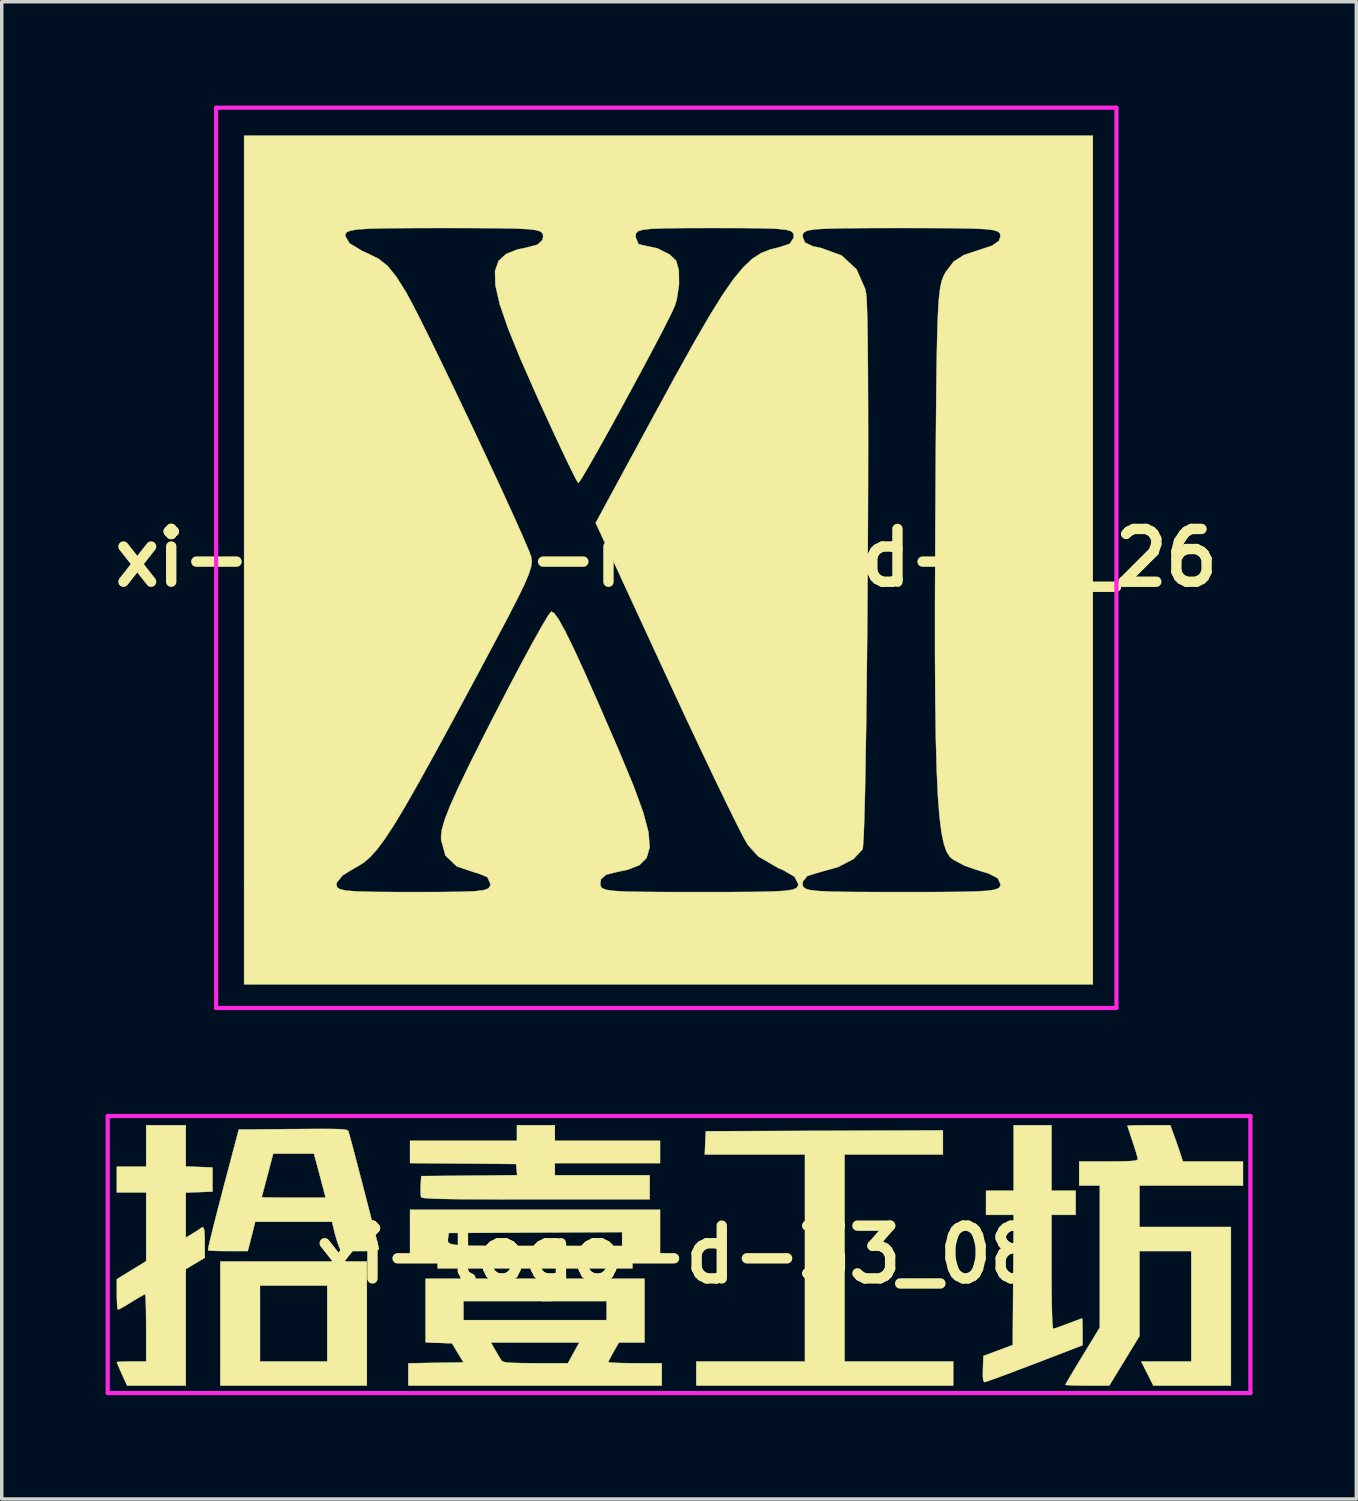
<source format=kicad_pcb>
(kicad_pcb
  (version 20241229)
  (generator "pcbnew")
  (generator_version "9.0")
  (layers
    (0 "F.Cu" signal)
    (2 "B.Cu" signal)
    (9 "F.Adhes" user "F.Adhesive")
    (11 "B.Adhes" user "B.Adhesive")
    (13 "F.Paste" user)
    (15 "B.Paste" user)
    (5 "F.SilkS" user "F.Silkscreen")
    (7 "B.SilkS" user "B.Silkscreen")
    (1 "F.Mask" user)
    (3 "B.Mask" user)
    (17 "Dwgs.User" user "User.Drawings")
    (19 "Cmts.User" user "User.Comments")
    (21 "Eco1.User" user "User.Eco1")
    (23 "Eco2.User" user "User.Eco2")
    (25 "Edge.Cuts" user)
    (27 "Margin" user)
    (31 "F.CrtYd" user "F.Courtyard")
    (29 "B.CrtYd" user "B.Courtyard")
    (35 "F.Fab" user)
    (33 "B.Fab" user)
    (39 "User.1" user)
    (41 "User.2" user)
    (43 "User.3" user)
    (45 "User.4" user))
  (footprint "xi-logo-d-33_08"
    (layer "F.Cu")
    (at 16.56 33.18)
    (property "Reference" "xi-logo-d-33_08" (at 0 0 0) (layer "F.SilkS") (effects (font (size 1.524 1.524) (thickness 0.3))))
    (attr through_hole)
    (fp_poly (pts (xy -9.015 3.785) (xy -13.248 3.785) (xy -13.248 0.896) (xy -12.102 0.896) (xy -12.102 3.088) (xy -10.16 3.088) (xy -10.16 0.896) (xy -12.102 0.896) (xy -13.248 0.896) (xy -13.248 0.199) (xy -9.015 0.199) (xy -9.015 3.785)) (stroke (width 0.01) (type solid)) (fill yes) (layer "F.SilkS"))
    (fp_poly (pts (xy 7.62 -2.889) (xy 4.781 -2.889) (xy 4.781 3.088) (xy 7.919 3.088) (xy 7.919 3.785) (xy 0.498 3.785) (xy 0.498 3.088) (xy 3.636 3.088) (xy 3.636 -2.889) (xy 0.743 -2.889) (xy 0.757 -3.225) (xy 0.772 -3.561) (xy 4.196 -3.574) (xy 7.62 -3.587) (xy 7.62 -2.889)) (stroke (width 0.01) (type solid)) (fill yes) (layer "F.SilkS"))
    (fp_poly (pts (xy -0.548 0.05) (xy -1.345 0.05) (xy -1.345 0.398) (xy -6.973 0.398) (xy -6.973 0.05) (xy -7.769 0.05) (xy -7.769 -0.401) (xy -6.678 -0.401) (xy -6.669 -0.361) (xy -6.64 -0.329) (xy -6.582 -0.304) (xy -6.487 -0.284) (xy -6.349 -0.27) (xy -6.157 -0.26) (xy -5.906 -0.254) (xy -5.587 -0.251) (xy -5.192 -0.249) (xy -4.713 -0.249) (xy -4.143 -0.249) (xy -1.644 -0.249) (xy -1.644 -0.648) (xy -4.146 -0.635) (xy -6.649 -0.623) (xy -6.665 -0.507) (xy -6.674 -0.449) (xy -6.678 -0.401) (xy -7.769 -0.401) (xy -7.769 -1.295) (xy -0.548 -1.295) (xy -0.548 0.05)) (stroke (width 0.01) (type solid)) (fill yes) (layer "F.SilkS"))
    (fp_poly (pts (xy -3.586 -3.287) (xy -0.548 -3.287) (xy -0.548 -2.64) (xy -3.586 -2.64) (xy -3.586 -2.291) (xy -0.847 -2.291) (xy -0.847 -1.594) (xy -4.135 -1.594) (xy -4.803 -1.594) (xy -5.377 -1.595) (xy -5.866 -1.597) (xy -6.274 -1.599) (xy -6.609 -1.603) (xy -6.877 -1.608) (xy -7.084 -1.614) (xy -7.239 -1.622) (xy -7.346 -1.631) (xy -7.412 -1.642) (xy -7.445 -1.655) (xy -7.45 -1.662) (xy -7.462 -1.748) (xy -7.465 -1.894) (xy -7.461 -1.998) (xy -7.446 -2.266) (xy -6.061 -2.279) (xy -4.675 -2.293) (xy -4.691 -2.454) (xy -4.706 -2.615) (xy -6.238 -2.628) (xy -7.769 -2.641) (xy -7.769 -3.287) (xy -4.682 -3.287) (xy -4.682 -3.735) (xy -3.586 -3.735) (xy -3.586 -3.287)) (stroke (width 0.01) (type solid)) (fill yes) (layer "F.SilkS"))
    (fp_poly (pts (xy -0.996 2.54) (xy -1.736 2.54) (xy -1.889 2.808) (xy -1.969 2.953) (xy -2.025 3.062) (xy -2.042 3.106) (xy -1.995 3.117) (xy -1.865 3.126) (xy -1.67 3.133) (xy -1.426 3.137) (xy -1.27 3.138) (xy -0.498 3.138) (xy -0.498 3.785) (xy -7.819 3.785) (xy -7.819 3.14) (xy -6.226 3.113) (xy -6.391 2.839) (xy -6.555 2.565) (xy -6.938 2.55) (xy -7.211 2.54) (xy -5.433 2.54) (xy -5.298 2.777) (xy -5.213 2.921) (xy -5.143 3.035) (xy -5.115 3.075) (xy -5.067 3.099) (xy -4.958 3.117) (xy -4.779 3.129) (xy -4.519 3.135) (xy -4.171 3.138) (xy -4.139 3.138) (xy -3.21 3.138) (xy -3.046 2.839) (xy -2.882 2.54) (xy -5.433 2.54) (xy -7.211 2.54) (xy -7.321 2.536) (xy -7.321 1.345) (xy -6.225 1.345) (xy -6.225 1.893) (xy -2.092 1.893) (xy -2.092 1.345) (xy -6.225 1.345) (xy -7.321 1.345) (xy -7.321 0.697) (xy -0.996 0.697) (xy -0.996 2.54)) (stroke (width 0.01) (type solid)) (fill yes) (layer "F.SilkS"))
    (fp_poly (pts (xy 10.758 -1.843) (xy 11.455 -1.843) (xy 11.455 -1.145) (xy 10.758 -1.145) (xy 10.758 0.498) (xy 10.759 0.943) (xy 10.763 1.33) (xy 10.769 1.651) (xy 10.778 1.897) (xy 10.788 2.062) (xy 10.801 2.138) (xy 10.804 2.142) (xy 10.87 2.125) (xy 11.003 2.08) (xy 11.178 2.015) (xy 11.239 1.992) (xy 11.418 1.924) (xy 11.557 1.872) (xy 11.633 1.845) (xy 11.641 1.843) (xy 11.647 1.889) (xy 11.652 2.01) (xy 11.654 2.184) (xy 11.654 2.231) (xy 11.654 2.62) (xy 10.267 3.153) (xy 9.915 3.287) (xy 9.592 3.409) (xy 9.311 3.514) (xy 9.081 3.598) (xy 8.917 3.656) (xy 8.83 3.684) (xy 8.821 3.685) (xy 8.789 3.649) (xy 8.774 3.534) (xy 8.775 3.331) (xy 8.776 3.306) (xy 8.79 2.927) (xy 9.214 2.77) (xy 9.637 2.612) (xy 9.65 0.733) (xy 9.663 -1.145) (xy 8.865 -1.145) (xy 8.865 -1.843) (xy 9.662 -1.843) (xy 9.662 -3.735) (xy 10.758 -3.735) (xy 10.758 -1.843)) (stroke (width 0.01) (type solid)) (fill yes) (layer "F.SilkS"))
    (fp_poly (pts (xy 14.283 -3.474) (xy 14.359 -3.262) (xy 14.437 -3.035) (xy 14.465 -2.951) (xy 14.551 -2.689) (xy 16.286 -2.689) (xy 16.286 -1.992) (xy 13.298 -1.992) (xy 13.298 -0.797) (xy 15.937 -0.797) (xy 15.937 3.785) (xy 13.697 3.785) (xy 13.522 3.436) (xy 13.346 3.088) (xy 14.792 3.088) (xy 14.792 -0.1) (xy 13.298 -0.1) (xy 13.298 2.354) (xy 12.862 3.069) (xy 12.426 3.784) (xy 11.791 3.785) (xy 11.553 3.783) (xy 11.355 3.778) (xy 11.217 3.771) (xy 11.157 3.762) (xy 11.156 3.761) (xy 11.181 3.713) (xy 11.25 3.593) (xy 11.355 3.416) (xy 11.488 3.194) (xy 11.642 2.941) (xy 11.654 2.921) (xy 12.152 2.105) (xy 12.152 -1.992) (xy 11.555 -1.992) (xy 11.555 -2.689) (xy 12.401 -2.689) (xy 12.723 -2.691) (xy 12.956 -2.696) (xy 13.114 -2.706) (xy 13.206 -2.722) (xy 13.245 -2.744) (xy 13.248 -2.755) (xy 13.233 -2.828) (xy 13.192 -2.971) (xy 13.133 -3.159) (xy 13.098 -3.262) (xy 13.034 -3.455) (xy 12.983 -3.609) (xy 12.954 -3.702) (xy 12.949 -3.72) (xy 12.996 -3.726) (xy 13.123 -3.731) (xy 13.312 -3.734) (xy 13.544 -3.735) (xy 13.568 -3.735) (xy 14.187 -3.735) (xy 14.283 -3.474)) (stroke (width 0.01) (type solid)) (fill yes) (layer "F.SilkS"))
    (fp_poly (pts (xy -14.244 -2.544) (xy -13.858 -2.53) (xy -13.472 -2.515) (xy -13.472 -1.818) (xy -13.858 -1.803) (xy -14.244 -1.789) (xy -14.244 -0.49) (xy -14.057 -0.602) (xy -13.931 -0.68) (xy -13.84 -0.742) (xy -13.823 -0.755) (xy -13.766 -0.79) (xy -13.729 -0.769) (xy -13.707 -0.678) (xy -13.697 -0.507) (xy -13.696 -0.351) (xy -13.696 0.094) (xy -13.97 0.258) (xy -14.244 0.422) (xy -14.244 3.785) (xy -15.941 3.785) (xy -16.089 3.457) (xy -16.161 3.294) (xy -16.213 3.17) (xy -16.236 3.11) (xy -16.236 3.108) (xy -16.19 3.099) (xy -16.067 3.092) (xy -15.891 3.088) (xy -15.813 3.088) (xy -15.389 3.088) (xy -15.389 2.117) (xy -15.391 1.818) (xy -15.395 1.556) (xy -15.401 1.347) (xy -15.409 1.206) (xy -15.419 1.146) (xy -15.42 1.145) (xy -15.473 1.17) (xy -15.589 1.236) (xy -15.747 1.33) (xy -15.81 1.37) (xy -15.977 1.472) (xy -16.112 1.549) (xy -16.192 1.59) (xy -16.203 1.594) (xy -16.218 1.548) (xy -16.229 1.424) (xy -16.235 1.246) (xy -16.236 1.152) (xy -16.236 0.711) (xy -15.813 0.451) (xy -15.389 0.191) (xy -15.389 -1.793) (xy -16.236 -1.793) (xy -16.236 -2.54) (xy -15.389 -2.54) (xy -15.389 -3.735) (xy -14.244 -3.735) (xy -14.244 -2.544)) (stroke (width 0.01) (type solid)) (fill yes) (layer "F.SilkS"))
    (fp_poly (pts (xy -10.085 -3.628) (xy -9.884 -3.625) (xy -9.74 -3.618) (xy -9.645 -3.608) (xy -9.588 -3.594) (xy -9.557 -3.575) (xy -9.544 -3.55) (xy -9.544 -3.549) (xy -9.512 -3.435) (xy -9.461 -3.247) (xy -9.395 -2.999) (xy -9.317 -2.705) (xy -9.232 -2.377) (xy -9.141 -2.029) (xy -9.05 -1.676) (xy -8.96 -1.33) (xy -8.877 -1.004) (xy -8.802 -0.713) (xy -8.741 -0.47) (xy -8.696 -0.288) (xy -8.67 -0.181) (xy -8.666 -0.158) (xy -8.703 -0.13) (xy -8.82 -0.111) (xy -9.024 -0.101) (xy -9.216 -0.1) (xy -9.767 -0.1) (xy -9.832 -0.261) (xy -9.883 -0.408) (xy -9.937 -0.594) (xy -9.959 -0.685) (xy -10.021 -0.946) (xy -12.24 -0.946) (xy -12.298 -0.71) (xy -12.346 -0.521) (xy -12.393 -0.335) (xy -12.406 -0.286) (xy -12.455 -0.1) (xy -13.017 -0.1) (xy -13.244 -0.102) (xy -13.431 -0.107) (xy -13.558 -0.115) (xy -13.604 -0.124) (xy -13.598 -0.176) (xy -13.568 -0.313) (xy -13.518 -0.525) (xy -13.45 -0.8) (xy -13.367 -1.128) (xy -13.272 -1.497) (xy -13.23 -1.656) (xy -12.051 -1.656) (xy -12.004 -1.652) (xy -11.873 -1.649) (xy -11.674 -1.646) (xy -11.421 -1.644) (xy -11.131 -1.644) (xy -10.208 -1.644) (xy -10.236 -1.756) (xy -10.26 -1.849) (xy -10.304 -2.013) (xy -10.359 -2.222) (xy -10.404 -2.391) (xy -10.544 -2.914) (xy -11.719 -2.914) (xy -11.884 -2.291) (xy -11.946 -2.057) (xy -11.997 -1.862) (xy -12.034 -1.723) (xy -12.05 -1.658) (xy -12.051 -1.656) (xy -13.23 -1.656) (xy -13.172 -1.88) (xy -12.715 -3.611) (xy -11.142 -3.624) (xy -10.704 -3.627) (xy -10.355 -3.629) (xy -10.085 -3.628)) (stroke (width 0.01) (type solid)) (fill yes) (layer "F.SilkS"))
    (fp_line (start -16.5 -4) (end -16.5 4) (stroke (width 0.12) (type solid)) (layer "F.CrtYd"))
    (fp_line (start -16.5 4) (end 16.5 4) (stroke (width 0.12) (type solid)) (layer "F.CrtYd"))
    (fp_line (start 16.5 -4) (end -16.5 -4) (stroke (width 0.12) (type solid)) (layer "F.CrtYd"))
    (fp_line (start 16.5 4) (end 16.5 -4) (stroke (width 0.12) (type solid)) (layer "F.CrtYd")))
  (footprint "xi-logo-c-inverted-26_26"
    (layer "F.Cu")
    (at 16.191 13.06)
    (property "Reference" "xi-logo-c-inverted-26_26" (at 0 0 0) (layer "F.SilkS") (effects (font (size 1.524 1.524) (thickness 0.3))))
    (attr through_hole)
    (fp_poly (pts (xy 12.319 12.319) (xy -12.192 12.319) (xy -12.192 9.43) (xy -9.525 9.43) (xy -9.506 9.51) (xy -9.427 9.568) (xy -9.252 9.608) (xy -8.947 9.633) (xy -8.478 9.646) (xy -7.811 9.651) (xy -7.303 9.652) (xy -6.502 9.65) (xy -5.92 9.643) (xy -5.523 9.627) (xy -5.275 9.598) (xy -5.142 9.551) (xy -5.089 9.484) (xy -5.08 9.412) (xy -5.167 9.219) (xy -5.456 9.103) (xy -5.515 9.091) (xy -6.052 8.909) (xy -6.377 8.598) (xy -6.502 8.143) (xy -6.505 8.059) (xy -6.481 7.85) (xy -6.4 7.565) (xy -6.25 7.178) (xy -6.019 6.662) (xy -5.697 5.992) (xy -5.27 5.14) (xy -4.984 4.577) (xy -4.571 3.779) (xy -4.19 3.057) (xy -3.858 2.444) (xy -3.591 1.968) (xy -3.406 1.66) (xy -3.321 1.551) (xy -3.237 1.596) (xy -3.104 1.782) (xy -2.916 2.124) (xy -2.664 2.638) (xy -2.342 3.339) (xy -1.942 4.242) (xy -1.456 5.362) (xy -1.337 5.638) (xy -0.942 6.593) (xy -0.666 7.348) (xy -0.512 7.928) (xy -0.479 8.36) (xy -0.568 8.667) (xy -0.778 8.875) (xy -1.112 9.007) (xy -1.4 9.066) (xy -1.74 9.151) (xy -1.886 9.285) (xy -1.905 9.399) (xy -1.896 9.481) (xy -1.847 9.543) (xy -1.728 9.588) (xy -1.507 9.618) (xy -1.155 9.637) (xy -0.64 9.647) (xy 0.069 9.651) (xy 0.953 9.652) (xy 1.876 9.651) (xy 2.576 9.646) (xy 3.083 9.635) (xy 3.429 9.615) (xy 3.644 9.583) (xy 3.758 9.537) (xy 3.803 9.475) (xy 3.81 9.415) (xy 3.705 9.211) (xy 3.373 9.015) (xy 3.235 8.959) (xy 2.655 8.621) (xy 2.353 8.287) (xy 2.231 8.072) (xy 2.018 7.653) (xy 1.726 7.061) (xy 1.37 6.323) (xy 0.964 5.469) (xy 0.52 4.526) (xy 0.054 3.522) (xy 0.003 3.413) (xy -2.039 -1.01) (xy -0.368 -4.093) (xy 0.264 -5.253) (xy 0.796 -6.209) (xy 1.243 -6.98) (xy 1.62 -7.588) (xy 1.943 -8.053) (xy 2.227 -8.396) (xy 2.487 -8.639) (xy 2.74 -8.802) (xy 2.999 -8.905) (xy 3.242 -8.963) (xy 3.565 -9.07) (xy 3.681 -9.247) (xy 3.683 -9.282) (xy 3.937 -9.282) (xy 4.002 -9.109) (xy 4.232 -8.999) (xy 4.47 -8.949) (xy 5.064 -8.733) (xy 5.498 -8.329) (xy 5.747 -7.76) (xy 5.775 -7.609) (xy 5.792 -7.357) (xy 5.807 -6.888) (xy 5.817 -6.228) (xy 5.824 -5.404) (xy 5.828 -4.443) (xy 5.83 -3.372) (xy 5.828 -2.217) (xy 5.824 -1.005) (xy 5.818 0.236) (xy 5.809 1.481) (xy 5.798 2.702) (xy 5.785 3.873) (xy 5.771 4.967) (xy 5.755 5.958) (xy 5.738 6.817) (xy 5.72 7.52) (xy 5.701 8.038) (xy 5.68 8.346) (xy 5.668 8.418) (xy 5.41 8.696) (xy 4.959 8.93) (xy 4.409 9.084) (xy 4.074 9.187) (xy 3.943 9.349) (xy 3.937 9.412) (xy 3.949 9.49) (xy 4.006 9.548) (xy 4.138 9.591) (xy 4.376 9.62) (xy 4.752 9.638) (xy 5.295 9.648) (xy 6.037 9.651) (xy 6.795 9.652) (xy 7.718 9.651) (xy 8.419 9.646) (xy 8.927 9.634) (xy 9.273 9.614) (xy 9.488 9.582) (xy 9.602 9.536) (xy 9.646 9.474) (xy 9.652 9.422) (xy 9.573 9.253) (xy 9.31 9.116) (xy 9.029 9.032) (xy 8.618 8.891) (xy 8.287 8.715) (xy 8.188 8.632) (xy 8.094 8.483) (xy 8.013 8.249) (xy 7.945 7.913) (xy 7.889 7.458) (xy 7.844 6.868) (xy 7.81 6.127) (xy 7.785 5.218) (xy 7.769 4.125) (xy 7.761 2.831) (xy 7.761 1.32) (xy 7.768 -0.424) (xy 7.77 -0.889) (xy 7.779 -2.392) (xy 7.788 -3.662) (xy 7.797 -4.72) (xy 7.808 -5.588) (xy 7.821 -6.287) (xy 7.837 -6.837) (xy 7.857 -7.261) (xy 7.882 -7.578) (xy 7.913 -7.812) (xy 7.95 -7.981) (xy 7.995 -8.109) (xy 8.048 -8.215) (xy 8.071 -8.255) (xy 8.295 -8.553) (xy 8.592 -8.744) (xy 8.992 -8.877) (xy 9.404 -9.013) (xy 9.608 -9.154) (xy 9.652 -9.289) (xy 9.639 -9.366) (xy 9.579 -9.423) (xy 9.442 -9.465) (xy 9.197 -9.494) (xy 8.813 -9.511) (xy 8.259 -9.521) (xy 7.505 -9.524) (xy 6.795 -9.525) (xy 5.872 -9.524) (xy 5.172 -9.519) (xy 4.665 -9.508) (xy 4.32 -9.489) (xy 4.105 -9.457) (xy 3.99 -9.412) (xy 3.944 -9.349) (xy 3.937 -9.282) (xy 3.683 -9.282) (xy 3.683 -9.285) (xy 3.669 -9.371) (xy 3.605 -9.433) (xy 3.455 -9.476) (xy 3.187 -9.503) (xy 2.764 -9.518) (xy 2.154 -9.524) (xy 1.397 -9.525) (xy 0.584 -9.524) (xy -0.009 -9.518) (xy -0.417 -9.503) (xy -0.675 -9.475) (xy -0.816 -9.431) (xy -0.876 -9.367) (xy -0.889 -9.278) (xy -0.889 -9.271) (xy -0.801 -9.06) (xy -0.627 -9.017) (xy -0.265 -8.943) (xy 0.092 -8.764) (xy 0.284 -8.585) (xy 0.363 -8.306) (xy 0.369 -7.895) (xy 0.303 -7.46) (xy 0.248 -7.279) (xy 0.147 -7.057) (xy -0.047 -6.671) (xy -0.313 -6.16) (xy -0.63 -5.562) (xy -0.978 -4.916) (xy -1.335 -4.26) (xy -1.681 -3.631) (xy -1.995 -3.069) (xy -2.256 -2.612) (xy -2.443 -2.297) (xy -2.536 -2.163) (xy -2.54 -2.161) (xy -2.609 -2.272) (xy -2.765 -2.582) (xy -2.992 -3.056) (xy -3.276 -3.662) (xy -3.599 -4.367) (xy -3.736 -4.669) (xy -4.214 -5.752) (xy -4.572 -6.633) (xy -4.812 -7.334) (xy -4.936 -7.877) (xy -4.946 -8.284) (xy -4.842 -8.576) (xy -4.628 -8.775) (xy -4.304 -8.903) (xy -4.067 -8.953) (xy -3.72 -9.044) (xy -3.572 -9.183) (xy -3.556 -9.282) (xy -3.567 -9.361) (xy -3.622 -9.42) (xy -3.751 -9.463) (xy -3.985 -9.492) (xy -4.355 -9.511) (xy -4.891 -9.52) (xy -5.624 -9.524) (xy -6.413 -9.525) (xy -7.338 -9.524) (xy -8.038 -9.519) (xy -8.547 -9.507) (xy -8.893 -9.486) (xy -9.107 -9.454) (xy -9.221 -9.409) (xy -9.265 -9.347) (xy -9.271 -9.296) (xy -9.148 -9.085) (xy -8.775 -8.86) (xy -8.652 -8.806) (xy -8.31 -8.638) (xy -8.046 -8.43) (xy -7.796 -8.119) (xy -7.509 -7.662) (xy -7.34 -7.351) (xy -7.083 -6.848) (xy -6.759 -6.193) (xy -6.385 -5.424) (xy -5.981 -4.582) (xy -5.564 -3.705) (xy -5.155 -2.833) (xy -4.77 -2.005) (xy -4.43 -1.261) (xy -4.152 -0.64) (xy -3.956 -0.181) (xy -3.948 -0.161) (xy -3.903 -0.035) (xy -3.884 0.095) (xy -3.902 0.255) (xy -3.971 0.474) (xy -4.101 0.778) (xy -4.305 1.196) (xy -4.593 1.756) (xy -4.979 2.484) (xy -5.465 3.395) (xy -6.128 4.629) (xy -6.687 5.658) (xy -7.154 6.502) (xy -7.541 7.181) (xy -7.863 7.716) (xy -8.132 8.125) (xy -8.36 8.43) (xy -8.56 8.651) (xy -8.745 8.808) (xy -8.928 8.92) (xy -8.985 8.949) (xy -9.347 9.17) (xy -9.517 9.382) (xy -9.525 9.43) (xy -12.192 9.43) (xy -12.192 -12.192) (xy 12.319 -12.192) (xy 12.319 12.319)) (stroke (width 0.01) (type solid)) (fill yes) (layer "F.SilkS"))
    (fp_line (start -13 -13) (end 13 -13) (stroke (width 0.12) (type solid)) (layer "F.CrtYd"))
    (fp_line (start -13 13) (end -13 -13) (stroke (width 0.12) (type solid)) (layer "F.CrtYd"))
    (fp_line (start 13 -13) (end 13 13) (stroke (width 0.12) (type solid)) (layer "F.CrtYd"))
    (fp_line (start 13 13) (end -13 13) (stroke (width 0.12) (type solid)) (layer "F.CrtYd")))
  (gr_rect
    (start -3 -3)
    (end 36.12 40.24)
    (stroke (width 0.1) (type default))
    (fill no)
    (layer "Edge.Cuts")))
</source>
